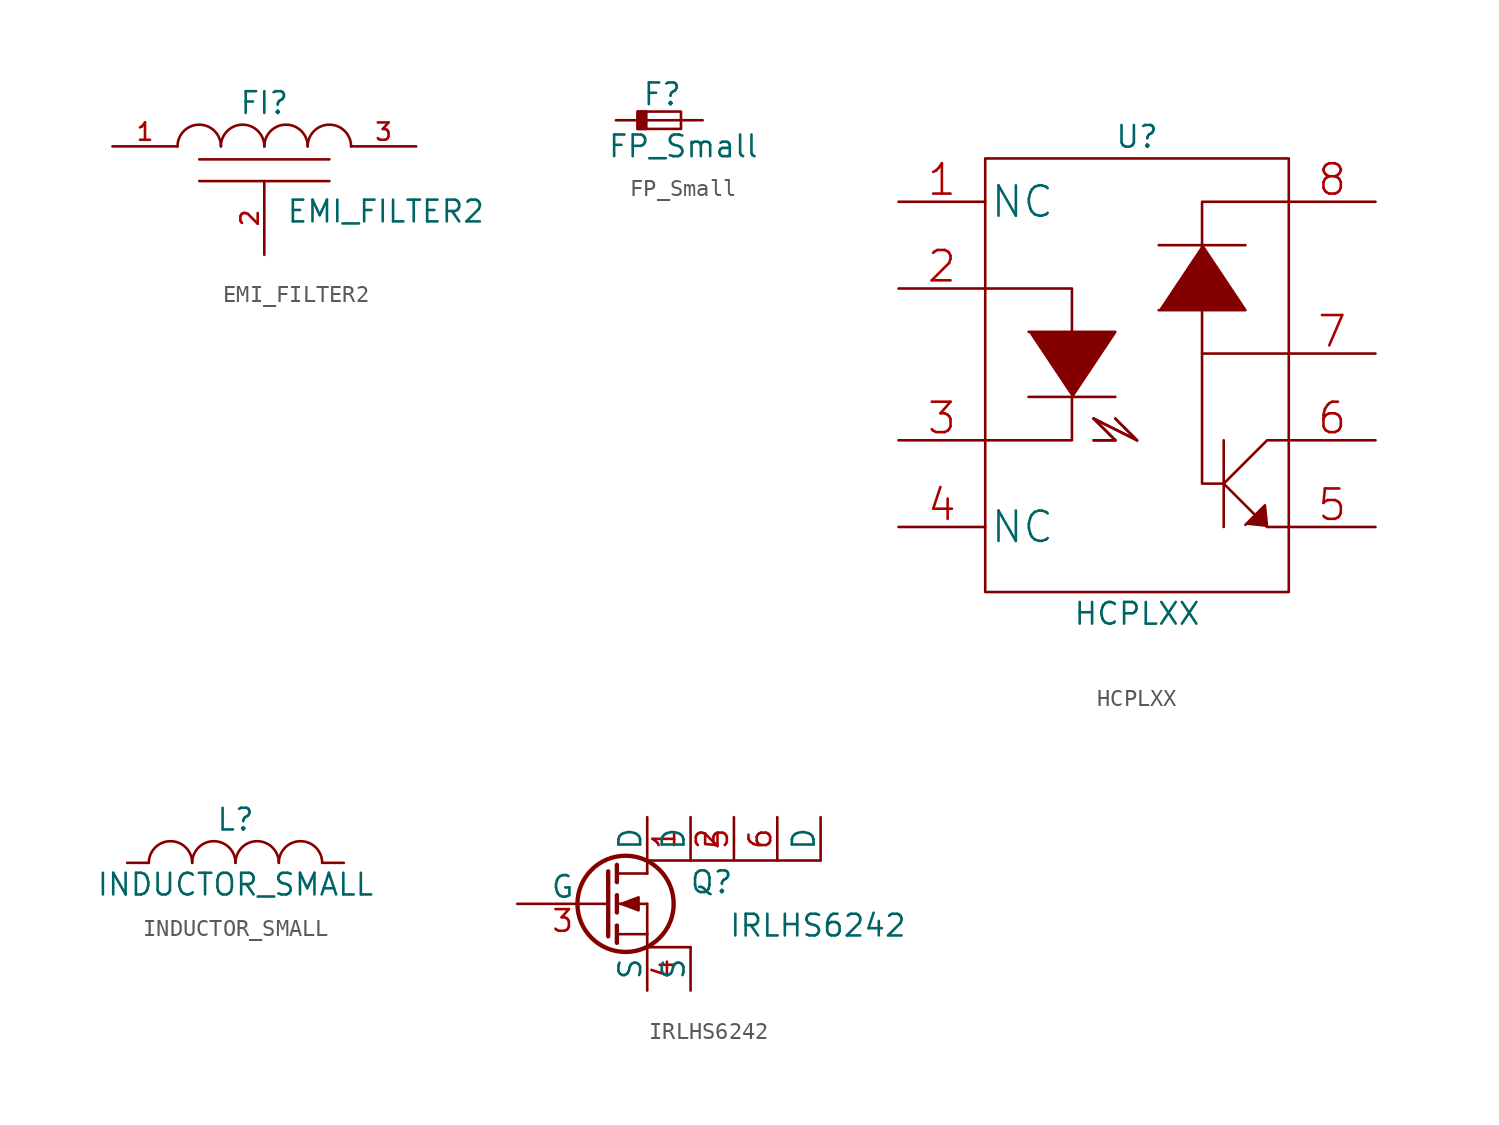
<source format=kicad_sym>
(kicad_symbol_lib
  (version 20211014)
  (generator kicad_symbol_editor)
  (symbol "EMI_FILTER2"
    (pin_names
      (offset 1.016) hide)
    (property "Reference" "FI"
      (at 0 2.54 0)
      (effects (font (size 1.27 1.27))))
    (property "Value" "EMI_FILTER2"
      (at 1.27 -3.81 0)
      (effects (font (size 1.27 1.27)) (justify left)))
    (property "Footprint" ""
      (at 0 0 0)
      (effects (font (size 1.524 1.524))))
    (property "Datasheet" ""
      (at 0 0 0)
      (effects (font (size 1.524 1.524))))
    (symbol "EMI_FILTER2_0_1"
      (arc (start -2.54 0) (mid -3.81 1.27) (end -5.08 0) (stroke (width 0) (type default) (color 0 0 0 0)) (fill (type none)))
      (arc (start 0 0) (mid -1.27 1.27) (end -2.54 0) (stroke (width 0) (type default) (color 0 0 0 0)) (fill (type none)))
      (arc (start 0 0) (mid 0 0) (end 0 0) (stroke (width 0) (type default) (color 0 0 0 0)) (fill (type none)))
      (polyline (pts (xy -3.81 -2.032) (xy 3.81 -2.032) (xy 3.81 -2.032) (xy 3.81 -2.032)) (stroke (width 0) (type default) (color 0 0 0 0)) (fill (type none)))
      (polyline (pts (xy -3.81 -0.762) (xy 3.81 -0.762) (xy 3.81 -0.762) (xy 3.81 -0.762)) (stroke (width 0) (type default) (color 0 0 0 0)) (fill (type none)))
      (arc (start 2.54 0) (mid 1.27 1.27) (end 0 0) (stroke (width 0) (type default) (color 0 0 0 0)) (fill (type none)))
      (arc (start 5.08 0) (mid 3.81 1.27) (end 2.54 0) (stroke (width 0) (type default) (color 0 0 0 0)) (fill (type none))))
    (symbol "EMI_FILTER2_1_1"
      (pin passive line (at -8.89 0 0) (length 3.81) (name "VI" (effects (font (size 1.016 1.016)))) (number "1" (effects (font (size 1.016 1.016)))))
      (pin passive line (at 0 -6.35 90) (length 4.318) (name "GND" (effects (font (size 1.016 1.016)))) (number "2" (effects (font (size 1.016 1.016)))))
      (pin passive line (at 8.89 0 180) (length 3.81) (name "VO" (effects (font (size 1.016 1.016)))) (number "3" (effects (font (size 1.016 1.016)))))))
  (symbol "FP_Small"
    (pin_numbers hide)
    (pin_names
      (offset 0.254) hide)
    (property "Reference" "F"
      (at -1.016 1.524 0)
      (effects (font (size 1.27 1.27)) (justify left)))
    (property "Value" "FP_Small"
      (at -3.048 -1.524 0)
      (effects (font (size 1.27 1.27)) (justify left)))
    (property "Footprint" ""
      (at 0 0 0)
      (effects (font (size 1.524 1.524))))
    (property "Datasheet" ""
      (at 0 0 0)
      (effects (font (size 1.524 1.524))))
    (symbol "FP_Small_0_1"
      (rectangle (start -1.27 0.508) (end -0.762 -0.508) (stroke (width 0) (type default) (color 0 0 0 0)) (fill (type outline)))
      (rectangle (start -1.27 0.508) (end 1.27 -0.508) (stroke (width 0) (type default) (color 0 0 0 0)) (fill (type none)))
      (polyline (pts (xy -1.27 0) (xy 1.27 0)) (stroke (width 0) (type default) (color 0 0 0 0)) (fill (type none))))
    (symbol "FP_Small_1_1"
      (pin power_in line (at -2.54 0 0) (length 1.27) (name "~" (effects (font (size 1.016 1.016)))) (number "1" (effects (font (size 1.016 1.016)))))
      (pin power_out line (at 2.54 0 180) (length 1.27) (name "~" (effects (font (size 1.016 1.016)))) (number "2" (effects (font (size 1.016 1.016)))))))
  (symbol "HCPLXX"
    (pin_names
      (offset 0.254))
    (property "Reference" "U"
      (at 0 13.97 0)
      (effects (font (size 1.27 1.27))))
    (property "Value" "HCPLXX"
      (at 0 -13.97 0)
      (effects (font (size 1.27 1.27))))
    (property "Footprint" ""
      (at 0 0 0)
      (effects (font (size 1.524 1.524))))
    (property "Datasheet" ""
      (at 0 0 0)
      (effects (font (size 1.524 1.524))))
    (symbol "HCPLXX_0_0"
      (polyline (pts (xy -6.35 -1.27) (xy -1.27 -1.27)) (stroke (width 0) (type default) (color 0 0 0 0)) (fill (type none)))
      (polyline (pts (xy -2.54 -2.54) (xy -1.27 -3.81)) (stroke (width 0) (type default) (color 0 0 0 0)) (fill (type none)))
      (polyline (pts (xy -2.54 -2.54) (xy -1.27 -3.81)) (stroke (width 0) (type default) (color 0 0 0 0)) (fill (type none)))
      (polyline (pts (xy -2.54 -2.54) (xy 0 -3.81)) (stroke (width 0) (type default) (color 0 0 0 0)) (fill (type none)))
      (polyline (pts (xy -2.54 -2.54) (xy 0 -3.81)) (stroke (width 0) (type default) (color 0 0 0 0)) (fill (type none)))
      (polyline (pts (xy -1.27 -3.81) (xy -1.27 -3.81) (xy -2.54 -3.81)) (stroke (width 0) (type default) (color 0 0 0 0)) (fill (type none)))
      (polyline (pts (xy -1.27 -3.81) (xy -1.27 -3.81) (xy -2.54 -3.81)) (stroke (width 0) (type default) (color 0 0 0 0)) (fill (type none)))
      (polyline (pts (xy -1.27 -2.54) (xy 0 -3.81) (xy -1.27 -2.54)) (stroke (width 0) (type default) (color 0 0 0 0)) (fill (type none)))
      (polyline (pts (xy -1.27 -2.54) (xy 0 -3.81) (xy -1.27 -2.54)) (stroke (width 0) (type default) (color 0 0 0 0)) (fill (type none))))
    (symbol "HCPLXX_0_1"
      (rectangle (start -8.89 12.7) (end 8.89 -12.7) (stroke (width 0) (type default) (color 0 0 0 0)) (fill (type none)))
      (polyline (pts (xy 5.08 -3.81) (xy 5.08 -8.89)) (stroke (width 0) (type default) (color 0 0 0 0)) (fill (type none)))
      (polyline (pts (xy 5.08 5.08) (xy 5.08 5.08)) (stroke (width 0) (type default) (color 0 0 0 0)) (fill (type outline)))
      (polyline (pts (xy -8.89 5.08) (xy -3.81 5.08) (xy -3.81 2.54)) (stroke (width 0) (type default) (color 0 0 0 0)) (fill (type none)))
      (polyline (pts (xy -6.35 2.54) (xy -1.27 2.54) (xy -3.81 -1.27)) (stroke (width 0) (type default) (color 0 0 0 0)) (fill (type outline)))
      (polyline (pts (xy -3.81 -1.27) (xy -3.81 -3.81) (xy -8.89 -3.81)) (stroke (width 0) (type default) (color 0 0 0 0)) (fill (type none)))
      (polyline (pts (xy 1.27 7.62) (xy 6.35 7.62) (xy 6.35 7.62)) (stroke (width 0) (type default) (color 0 0 0 0)) (fill (type background)))
      (polyline (pts (xy 5.08 -6.35) (xy 7.62 -8.89) (xy 8.89 -8.89)) (stroke (width 0) (type default) (color 0 0 0 0)) (fill (type none)))
      (polyline (pts (xy 5.08 -6.35) (xy 7.62 -3.81) (xy 8.89 -3.81)) (stroke (width 0) (type default) (color 0 0 0 0)) (fill (type none)))
      (polyline (pts (xy 7.62 -8.89) (xy 7.493 -7.62) (xy 6.35 -8.763)) (stroke (width 0) (type default) (color 0 0 0 0)) (fill (type outline)))
      (polyline (pts (xy 1.27 3.81) (xy 6.35 3.81) (xy 3.81 7.62) (xy 3.81 7.62)) (stroke (width 0) (type default) (color 0 0 0 0)) (fill (type outline)))
      (polyline (pts (xy 3.81 1.27) (xy 3.81 10.16) (xy 8.89 10.16) (xy 8.89 10.16)) (stroke (width 0) (type default) (color 0 0 0 0)) (fill (type none)))
      (polyline (pts (xy 5.08 -6.35) (xy 3.81 -6.35) (xy 3.81 1.27) (xy 8.89 1.27)) (stroke (width 0) (type default) (color 0 0 0 0)) (fill (type none))))
    (symbol "HCPLXX_1_1"
      (pin unspecified line (at -13.97 10.16 0) (length 5.08) (name "NC" (effects (font (size 1.778 1.778)))) (number "1" (effects (font (size 1.778 1.778)))))
      (pin input line (at -13.97 5.08 0) (length 5.08) (name "~" (effects (font (size 1.778 1.778)))) (number "2" (effects (font (size 1.778 1.778)))))
      (pin output line (at -13.97 -3.81 0) (length 5.08) (name "~" (effects (font (size 1.778 1.778)))) (number "3" (effects (font (size 1.778 1.778)))))
      (pin input line (at -13.97 -8.89 0) (length 5.08) (name "NC" (effects (font (size 1.778 1.778)))) (number "4" (effects (font (size 1.778 1.778)))))
      (pin input line (at 13.97 -8.89 180) (length 5.08) (name "~" (effects (font (size 1.778 1.778)))) (number "5" (effects (font (size 1.778 1.778)))))
      (pin input line (at 13.97 -3.81 180) (length 5.08) (name "~" (effects (font (size 1.778 1.778)))) (number "6" (effects (font (size 1.778 1.778)))))
      (pin unspecified line (at 13.97 1.27 180) (length 5.08) (name "~" (effects (font (size 1.778 1.778)))) (number "7" (effects (font (size 1.778 1.778)))))
      (pin input line (at 13.97 10.16 180) (length 5.08) (name "~" (effects (font (size 1.778 1.778)))) (number "8" (effects (font (size 1.778 1.778)))))))
  (symbol "INDUCTOR_SMALL"
    (pin_numbers hide)
    (pin_names
      (offset 0) hide)
    (property "Reference" "L"
      (at 0 2.54 0)
      (effects (font (size 1.27 1.27))))
    (property "Value" "INDUCTOR_SMALL"
      (at 0 -1.27 0)
      (effects (font (size 1.27 1.27))))
    (property "Footprint" ""
      (at 0 0 0)
      (effects (font (size 1.524 1.524))))
    (property "Datasheet" ""
      (at 0 0 0)
      (effects (font (size 1.524 1.524))))
    (symbol "INDUCTOR_SMALL_0_1"
      (arc (start -2.54 0) (mid -3.81 1.27) (end -5.08 0) (stroke (width 0) (type default) (color 0 0 0 0)) (fill (type none)))
      (arc (start 0 0) (mid -1.27 1.27) (end -2.54 0) (stroke (width 0) (type default) (color 0 0 0 0)) (fill (type none)))
      (arc (start 2.54 0) (mid 1.27 1.27) (end 0 0) (stroke (width 0) (type default) (color 0 0 0 0)) (fill (type none)))
      (arc (start 5.08 0) (mid 3.81 1.27) (end 2.54 0) (stroke (width 0) (type default) (color 0 0 0 0)) (fill (type none))))
    (symbol "INDUCTOR_SMALL_1_1"
      (pin input line (at -6.35 0 0) (length 1.27) (name "1" (effects (font (size 0.762 0.762)))) (number "1" (effects (font (size 0.762 0.762)))))
      (pin input line (at 6.35 0 180) (length 1.27) (name "2" (effects (font (size 0.762 0.762)))) (number "2" (effects (font (size 0.762 0.762)))))))
  (symbol "IRLHS6242"
    (pin_names
      (offset 0))
    (property "Reference" "Q"
      (at 7.62 1.27 0)
      (effects (font (size 1.27 1.27)) (justify right)))
    (property "Value" "IRLHS6242"
      (at 17.78 -1.27 0)
      (effects (font (size 1.27 1.27)) (justify right)))
    (property "Footprint" ""
      (at 5.08 2.54 0)
      (effects (font (size 0.737 0.737))))
    (property "Datasheet" ""
      (at 0 0 0)
      (effects (font (size 1.524 1.524))))
    (symbol "IRLHS6242_0_1"
      (polyline (pts (xy 0.762 -1.778) (xy 2.54 -1.778)) (stroke (width 0) (type default) (color 0 0 0 0)) (fill (type none)))
      (polyline (pts (xy 0.762 -1.27) (xy 0.762 -2.286)) (stroke (width 0.254) (type default) (color 0 0 0 0)) (fill (type none)))
      (polyline (pts (xy 0.762 0) (xy 2.54 0)) (stroke (width 0) (type default) (color 0 0 0 0)) (fill (type none)))
      (polyline (pts (xy 0.762 0.508) (xy 0.762 -0.508)) (stroke (width 0.254) (type default) (color 0 0 0 0)) (fill (type none)))
      (polyline (pts (xy 0.762 1.778) (xy 2.54 1.778)) (stroke (width 0) (type default) (color 0 0 0 0)) (fill (type none)))
      (polyline (pts (xy 0.762 2.286) (xy 0.762 1.27)) (stroke (width 0.254) (type default) (color 0 0 0 0)) (fill (type none)))
      (polyline (pts (xy 2.54 -1.778) (xy 2.54 -2.54)) (stroke (width 0) (type default) (color 0 0 0 0)) (fill (type none)))
      (polyline (pts (xy 2.54 -1.778) (xy 2.54 0)) (stroke (width 0) (type default) (color 0 0 0 0)) (fill (type none)))
      (polyline (pts (xy 2.54 2.54) (xy 2.54 1.778)) (stroke (width 0) (type default) (color 0 0 0 0)) (fill (type none)))
      (polyline (pts (xy 2.54 2.54) (xy 5.08 2.54)) (stroke (width 0) (type default) (color 0 0 0 0)) (fill (type none)))
      (polyline (pts (xy 5.08 -2.54) (xy 2.54 -2.54)) (stroke (width 0) (type default) (color 0 0 0 0)) (fill (type none)))
      (polyline (pts (xy 0.254 1.905) (xy 0.254 -1.905) (xy 0.254 -1.905)) (stroke (width 0.254) (type default) (color 0 0 0 0)) (fill (type none)))
      (polyline (pts (xy 1.016 0) (xy 2.032 0.381) (xy 2.032 -0.381) (xy 1.016 0)) (stroke (width 0) (type default) (color 0 0 0 0)) (fill (type outline)))
      (polyline (pts (xy 5.08 2.54) (xy 7.62 2.54) (xy 10.16 2.54) (xy 12.7 2.54)) (stroke (width 0) (type default) (color 0 0 0 0)) (fill (type none)))
      (circle (center 1.27 0) (radius 2.819) (stroke (width 0.254) (type default) (color 0 0 0 0)) (fill (type none))))
    (symbol "IRLHS6242_1_1"
      (pin passive line (at 2.54 5.08 270) (length 2.54) (name "D" (effects (font (size 1.27 1.27)))) (number "1" (effects (font (size 1.27 1.27)))))
      (pin passive line (at 5.08 5.08 270) (length 2.54) (name "D" (effects (font (size 1.27 1.27)))) (number "2" (effects (font (size 1.27 1.27)))))
      (pin input line (at -5.08 0 0) (length 5.334) (name "G" (effects (font (size 1.27 1.27)))) (number "3" (effects (font (size 1.27 1.27)))))
      (pin passive line (at 2.54 -5.08 90) (length 2.54) (name "S" (effects (font (size 1.27 1.27)))) (number "4" (effects (font (size 1.27 1.27)))))
      (pin passive line (at 7.62 5.08 270) (length 2.54) (name "~" (effects (font (size 1.27 1.27)))) (number "5" (effects (font (size 1.27 1.27)))))
      (pin passive line (at 10.16 5.08 270) (length 2.54) (name "~" (effects (font (size 1.27 1.27)))) (number "6" (effects (font (size 1.27 1.27)))))
      (pin passive line (at 12.7 5.08 270) (length 2.54) (name "D" (effects (font (size 1.27 1.27)))) (number "7" (effects (font (size 0 0)))))
      (pin passive line (at 5.08 -5.08 90) (length 2.54) (name "S" (effects (font (size 1.27 1.27)))) (number "8" (effects (font (size 0 0))))))))
</source>
